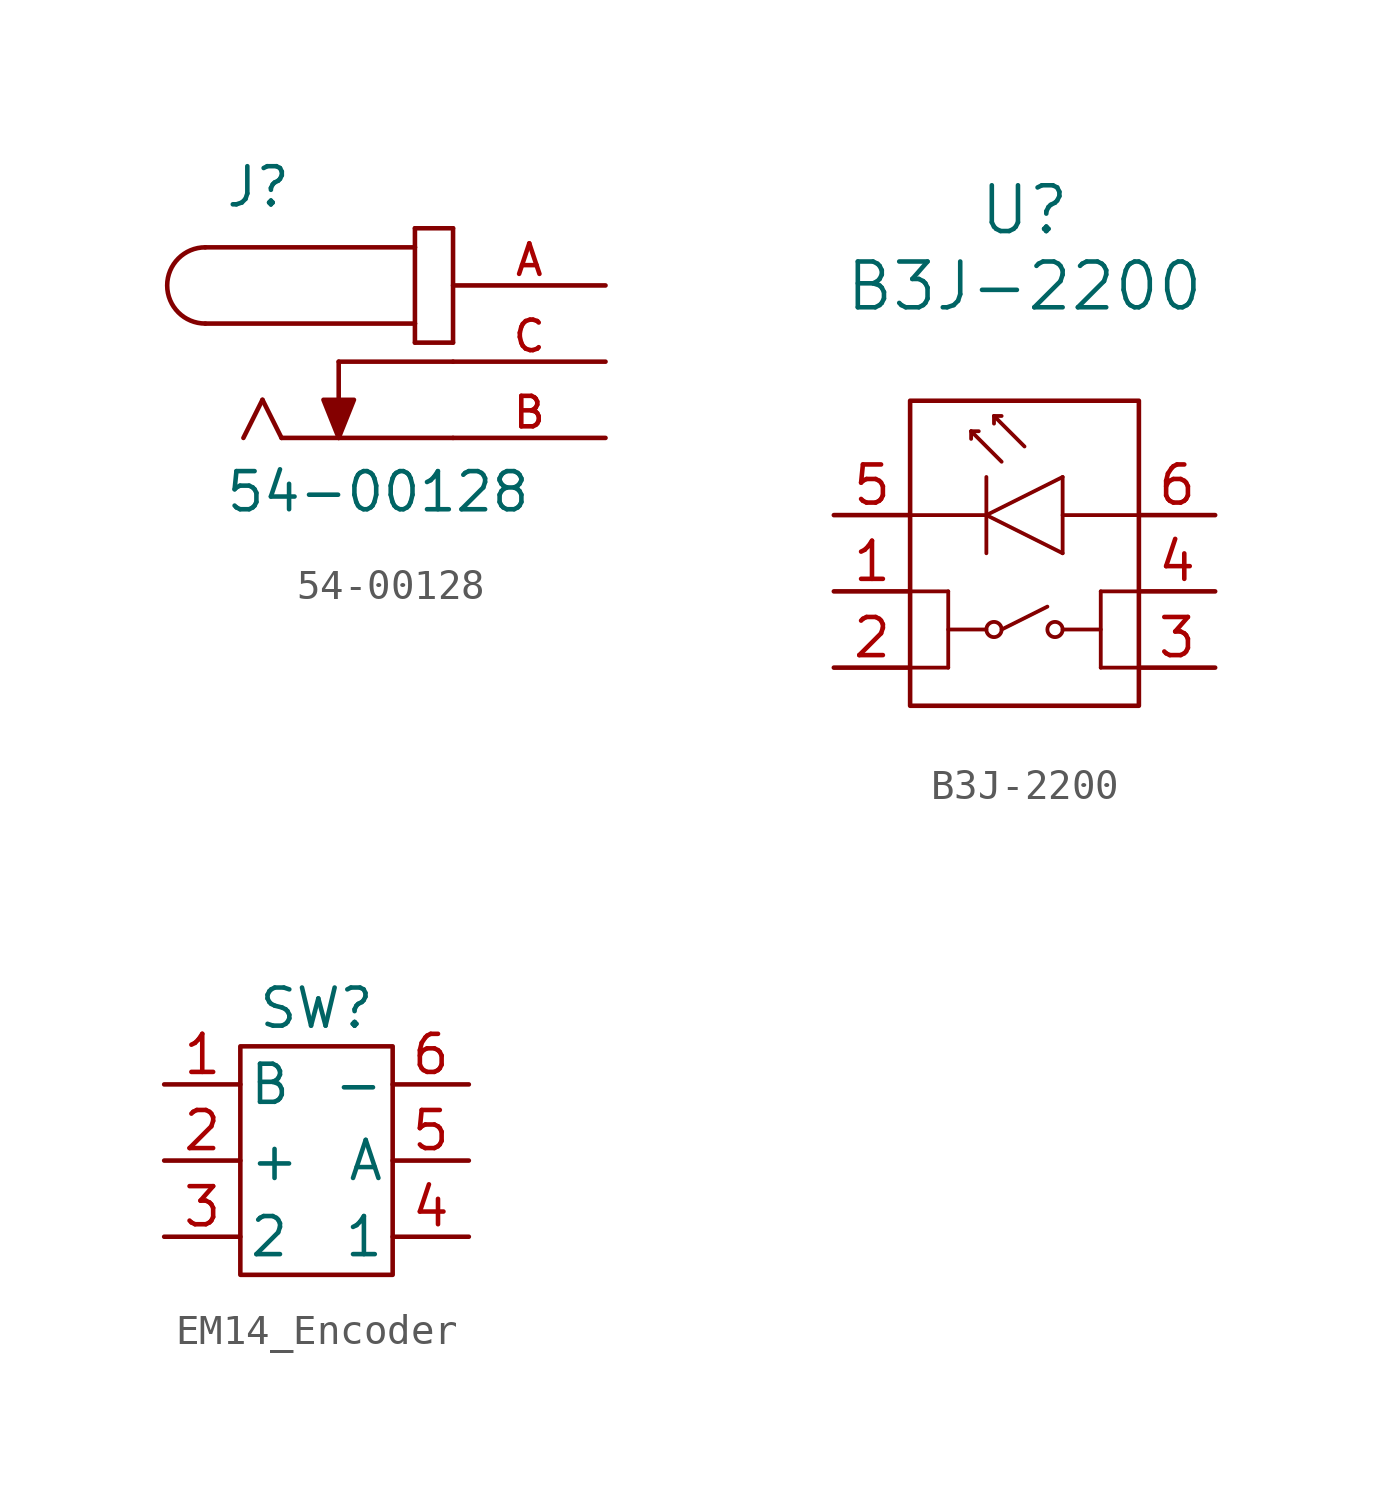
<source format=kicad_sym>
(kicad_symbol_lib
  (version 20220914)
  (generator kicad_symbol_editor)
  (symbol "54-00128"
    (pin_names
      (offset 1.016))
    (property "Reference" "J"
      (at -7.62 5.08 0)
      (effects (font (size 1.27 1.27)) (justify left bottom)))
    (property "Value" "54-00128"
      (at -7.62 -5.08 0)
      (effects (font (size 1.27 1.27)) (justify left bottom)))
    (symbol "54-00128_0_0"
      (arc (start -8.255 3.81) (mid -9.5195 2.54) (end -8.255 1.27) (stroke (width 0.1524) (type default)) (fill (type none)))
      (polyline (pts (xy -8.255 3.81) (xy -1.27 3.81)) (stroke (width 0.152) (type default)) (fill (type none)))
      (polyline (pts (xy -6.35 -1.27) (xy -6.985 -2.54)) (stroke (width 0.152) (type default)) (fill (type none)))
      (polyline (pts (xy -5.715 -2.54) (xy -6.35 -1.27)) (stroke (width 0.152) (type default)) (fill (type none)))
      (polyline (pts (xy -3.81 0) (xy -3.81 -2.54)) (stroke (width 0.152) (type default)) (fill (type none)))
      (polyline (pts (xy -1.27 0.635) (xy 0 0.635)) (stroke (width 0.152) (type default)) (fill (type none)))
      (polyline (pts (xy -1.27 1.27) (xy -8.255 1.27)) (stroke (width 0.152) (type default)) (fill (type none)))
      (polyline (pts (xy -1.27 1.27) (xy -1.27 0.635)) (stroke (width 0.152) (type default)) (fill (type none)))
      (polyline (pts (xy -1.27 3.81) (xy -1.27 1.27)) (stroke (width 0.152) (type default)) (fill (type none)))
      (polyline (pts (xy -1.27 4.445) (xy -1.27 3.81)) (stroke (width 0.152) (type default)) (fill (type none)))
      (polyline (pts (xy 0 -2.54) (xy -5.715 -2.54)) (stroke (width 0.152) (type default)) (fill (type none)))
      (polyline (pts (xy 0 0) (xy -3.81 0)) (stroke (width 0.152) (type default)) (fill (type none)))
      (polyline (pts (xy 0 0.635) (xy 0 4.445)) (stroke (width 0.152) (type default)) (fill (type none)))
      (polyline (pts (xy 0 4.445) (xy -1.27 4.445)) (stroke (width 0.152) (type default)) (fill (type none)))
      (polyline (pts (xy -3.81 -2.54) (xy -4.318 -1.27) (xy -3.302 -1.27) (xy -3.81 -2.54)) (stroke (width 0.152) (type default)) (fill (type outline)))
      (pin passive line (at 5.08 2.54 180) (length 5.08) (name "~" (effects (font (size 1.016 1.016)))) (number "A" (effects (font (size 1.016 1.016)))))
      (pin passive line (at 5.08 -2.54 180) (length 5.08) (name "~" (effects (font (size 1.016 1.016)))) (number "B" (effects (font (size 1.016 1.016)))))
      (pin passive line (at 5.08 0 180) (length 5.08) (name "~" (effects (font (size 1.016 1.016)))) (number "C" (effects (font (size 1.016 1.016)))))))
  (symbol "B3J-2200"
    (pin_names
      (offset 0.254))
    (property "Reference" "U"
      (at 20.32 10.16 0)
      (effects (font (size 1.524 1.524))))
    (property "Value" "B3J-2200"
      (at 20.32 7.62 0)
      (effects (font (size 1.524 1.524))))
    (property "ki_locked" ""
      (at 0 0 0)
      (effects (font (size 1.27 1.27))))
    (symbol "B3J-2200_0_1"
      (polyline (pts (xy 16.51 -2.54) (xy 17.78 -2.54)) (stroke (width 0.127) (type default)) (fill (type none)))
      (polyline (pts (xy 16.51 0) (xy 19.05 0)) (stroke (width 0.127) (type default)) (fill (type none)))
      (polyline (pts (xy 17.78 -5.08) (xy 16.51 -5.08)) (stroke (width 0.127) (type default)) (fill (type none)))
      (polyline (pts (xy 17.78 -3.81) (xy 19.05 -3.81)) (stroke (width 0.127) (type default)) (fill (type none)))
      (polyline (pts (xy 17.78 -2.54) (xy 17.78 -5.08)) (stroke (width 0.127) (type default)) (fill (type none)))
      (polyline (pts (xy 18.542 2.794) (xy 18.542 2.54)) (stroke (width 0.127) (type default)) (fill (type none)))
      (polyline (pts (xy 18.542 2.794) (xy 18.796 2.794)) (stroke (width 0.127) (type default)) (fill (type none)))
      (polyline (pts (xy 19.05 0) (xy 21.59 1.27)) (stroke (width 0.127) (type default)) (fill (type none)))
      (polyline (pts (xy 19.05 1.27) (xy 19.05 -1.27)) (stroke (width 0.127) (type default)) (fill (type none)))
      (polyline (pts (xy 19.304 3.302) (xy 19.304 3.048)) (stroke (width 0.127) (type default)) (fill (type none)))
      (polyline (pts (xy 19.304 3.302) (xy 19.558 3.302)) (stroke (width 0.127) (type default)) (fill (type none)))
      (polyline (pts (xy 19.558 -3.81) (xy 21.082 -3.048)) (stroke (width 0.127) (type default)) (fill (type none)))
      (polyline (pts (xy 19.558 1.778) (xy 18.542 2.794)) (stroke (width 0.127) (type default)) (fill (type none)))
      (polyline (pts (xy 20.32 2.286) (xy 19.304 3.302)) (stroke (width 0.127) (type default)) (fill (type none)))
      (polyline (pts (xy 21.59 -3.81) (xy 22.86 -3.81)) (stroke (width 0.127) (type default)) (fill (type none)))
      (polyline (pts (xy 21.59 -1.27) (xy 19.05 0)) (stroke (width 0.127) (type default)) (fill (type none)))
      (polyline (pts (xy 21.59 0) (xy 24.13 0)) (stroke (width 0.127) (type default)) (fill (type none)))
      (polyline (pts (xy 21.59 1.27) (xy 21.59 -1.27)) (stroke (width 0.127) (type default)) (fill (type none)))
      (polyline (pts (xy 22.86 -5.08) (xy 22.86 -2.54)) (stroke (width 0.127) (type default)) (fill (type none)))
      (polyline (pts (xy 22.86 -5.08) (xy 24.13 -5.08)) (stroke (width 0.127) (type default)) (fill (type none)))
      (polyline (pts (xy 22.86 -2.54) (xy 24.13 -2.54)) (stroke (width 0.127) (type default)) (fill (type none)))
      (circle (center 19.304 -3.81) (radius 0.254) (stroke (width 0.127) (type default)) (fill (type none)))
      (circle (center 21.336 -3.81) (radius 0.254) (stroke (width 0.127) (type default)) (fill (type none))))
    (symbol "B3J-2200_1_1"
      (rectangle (start 16.51 3.81) (end 24.13 -6.35) (stroke (width 0) (type default)) (fill (type none)))
      (pin unspecified line (at 13.97 -2.54 0) (length 2.54) (name "" (effects (font (size 1.27 1.27)))) (number "1" (effects (font (size 1.27 1.27)))))
      (pin unspecified line (at 13.97 -5.08 0) (length 2.54) (name "" (effects (font (size 1.27 1.27)))) (number "2" (effects (font (size 1.27 1.27)))))
      (pin unspecified line (at 26.67 -5.08 180) (length 2.54) (name "" (effects (font (size 1.27 1.27)))) (number "3" (effects (font (size 1.27 1.27)))))
      (pin unspecified line (at 26.67 -2.54 180) (length 2.54) (name "" (effects (font (size 1.27 1.27)))) (number "4" (effects (font (size 1.27 1.27)))))
      (pin unspecified line (at 13.97 0 0) (length 2.54) (name "" (effects (font (size 1.27 1.27)))) (number "5" (effects (font (size 1.27 1.27)))))
      (pin unspecified line (at 26.67 0 180) (length 2.54) (name "" (effects (font (size 1.27 1.27)))) (number "6" (effects (font (size 1.27 1.27)))))))
  (symbol "EM14_Encoder"
    (pin_names
      (offset 0.254))
    (property "Reference" "SW"
      (at 0 0 0)
      (effects (font (size 1.27 1.27))))
    (property "Value" ""
      (at 0 0 0)
      (effects (font (size 1.27 1.27))))
    (symbol "EM14_Encoder_0_1"
      (rectangle (start -2.54 -1.27) (end 2.54 -8.89) (stroke (width 0) (type default)) (fill (type none))))
    (symbol "EM14_Encoder_1_1"
      (pin input line (at -5.08 -2.54 0) (length 2.54) (name "B" (effects (font (size 1.27 1.27)))) (number "1" (effects (font (size 1.27 1.27)))))
      (pin input line (at -5.08 -5.08 0) (length 2.54) (name "+" (effects (font (size 1.27 1.27)))) (number "2" (effects (font (size 1.27 1.27)))))
      (pin input line (at -5.08 -7.62 0) (length 2.54) (name "2" (effects (font (size 1.27 1.27)))) (number "3" (effects (font (size 1.27 1.27)))))
      (pin input line (at 5.08 -7.62 180) (length 2.54) (name "1" (effects (font (size 1.27 1.27)))) (number "4" (effects (font (size 1.27 1.27)))))
      (pin input line (at 5.08 -5.08 180) (length 2.54) (name "A" (effects (font (size 1.27 1.27)))) (number "5" (effects (font (size 1.27 1.27)))))
      (pin input line (at 5.08 -2.54 180) (length 2.54) (name "-" (effects (font (size 1.27 1.27)))) (number "6" (effects (font (size 1.27 1.27))))))))
</source>
